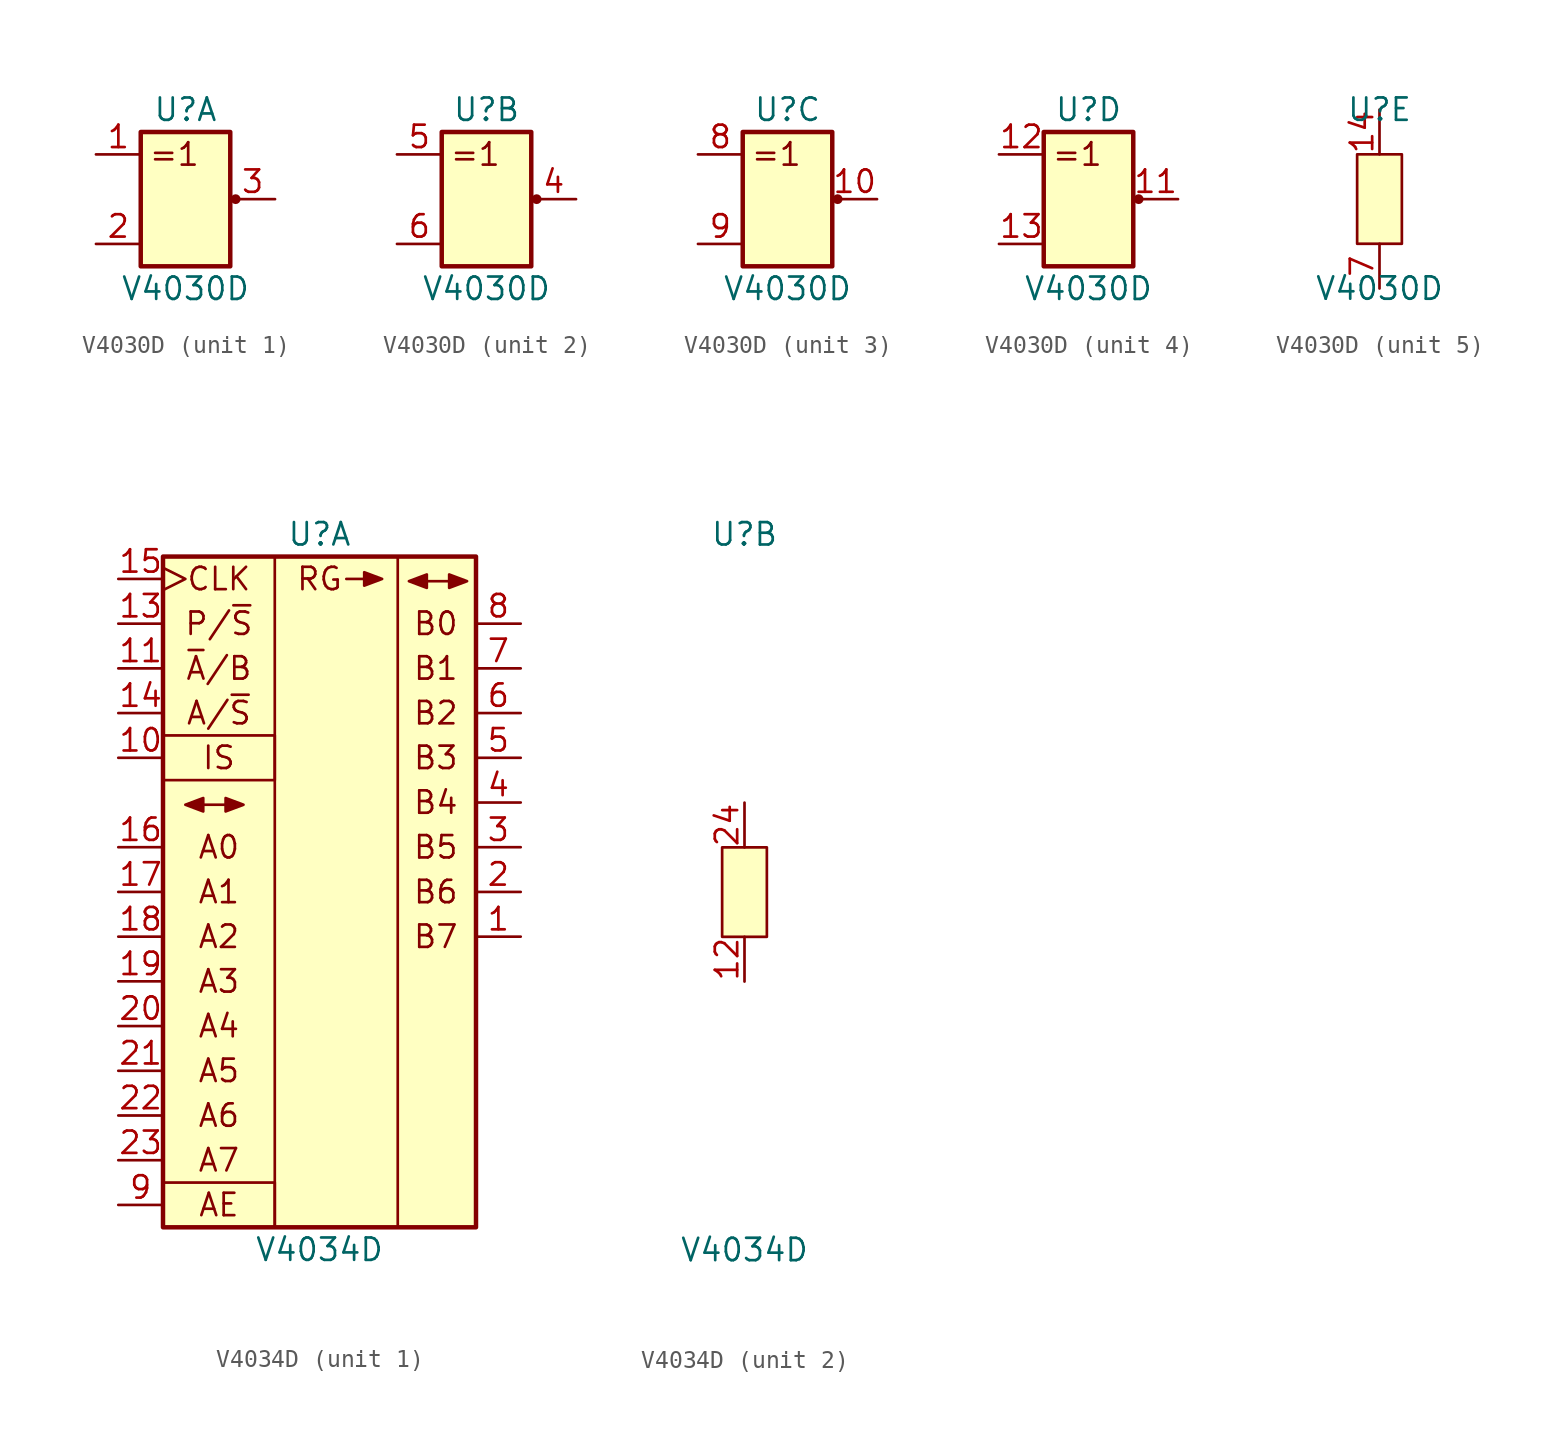
<source format=kicad_sym>
(kicad_symbol_lib
  (version 20211014)
  (generator kicad_symbol_editor)
  (symbol "V4030D"
    (pin_names
      (offset 1.016) hide)
    (property "Reference" "U"
      (at 0 5.08 0)
      (effects (font (size 1.27 1.27))))
    (property "Value" "V4030D"
      (at 0 -5.08 0)
      (effects (font (size 1.27 1.27))))
    (property "ki_locked" ""
      (at 0 0 0)
      (effects (font (size 1.27 1.27))))
    (symbol "V4030D_1_0"
      (pin output line (at 5.08 0 180) (length 2.54) (name "Y1" (effects (font (size 1.27 1.27)))) (number "3" (effects (font (size 1.27 1.27))))))
    (symbol "V4030D_1_1"
      (rectangle (start -2.54 3.81) (end 2.54 -3.81) (stroke (width 0.254) (type default) (color 0 0 0 0)) (fill (type background)))
      (circle (center 2.845 0) (radius 0.203) (stroke (width 0) (type default) (color 0 0 0 0)) (fill (type outline)))
      (text "=1" (at -0.635 2.54 0) (effects (font (size 1.27 1.27))))
      (pin input line (at -5.08 2.54 0) (length 2.54) (name "A1" (effects (font (size 1.27 1.27)))) (number "1" (effects (font (size 1.27 1.27)))))
      (pin input line (at -5.08 -2.54 0) (length 2.54) (name "B1" (effects (font (size 1.27 1.27)))) (number "2" (effects (font (size 1.27 1.27))))))
    (symbol "V4030D_2_0"
      (pin output line (at 5.08 0 180) (length 2.54) (name "Y2" (effects (font (size 1.27 1.27)))) (number "4" (effects (font (size 1.27 1.27)))))
      (pin input line (at -5.08 2.54 0) (length 2.54) (name "A2" (effects (font (size 1.27 1.27)))) (number "5" (effects (font (size 1.27 1.27)))))
      (pin input line (at -5.08 -2.54 0) (length 2.54) (name "B2" (effects (font (size 1.27 1.27)))) (number "6" (effects (font (size 1.27 1.27))))))
    (symbol "V4030D_2_1"
      (rectangle (start -2.54 3.81) (end 2.54 -3.81) (stroke (width 0.254) (type default) (color 0 0 0 0)) (fill (type background)))
      (circle (center 2.845 0) (radius 0.203) (stroke (width 0) (type default) (color 0 0 0 0)) (fill (type outline)))
      (text "=1" (at -0.635 2.54 0) (effects (font (size 1.27 1.27)))))
    (symbol "V4030D_3_0"
      (pin output line (at 5.08 0 180) (length 2.54) (name "Y3" (effects (font (size 1.27 1.27)))) (number "10" (effects (font (size 1.27 1.27))))))
    (symbol "V4030D_3_1"
      (rectangle (start -2.54 3.81) (end 2.54 -3.81) (stroke (width 0.254) (type default) (color 0 0 0 0)) (fill (type background)))
      (circle (center 2.845 0) (radius 0.203) (stroke (width 0) (type default) (color 0 0 0 0)) (fill (type outline)))
      (text "=1" (at -0.635 2.54 0) (effects (font (size 1.27 1.27))))
      (pin input line (at -5.08 2.54 0) (length 2.54) (name "A3" (effects (font (size 1.27 1.27)))) (number "8" (effects (font (size 1.27 1.27)))))
      (pin input line (at -5.08 -2.54 0) (length 2.54) (name "B3" (effects (font (size 1.27 1.27)))) (number "9" (effects (font (size 1.27 1.27))))))
    (symbol "V4030D_4_0"
      (pin output line (at 5.08 0 180) (length 2.54) (name "Y4" (effects (font (size 1.27 1.27)))) (number "11" (effects (font (size 1.27 1.27))))))
    (symbol "V4030D_4_1"
      (rectangle (start -2.54 3.81) (end 2.54 -3.81) (stroke (width 0.254) (type default) (color 0 0 0 0)) (fill (type background)))
      (circle (center 2.845 0) (radius 0.203) (stroke (width 0) (type default) (color 0 0 0 0)) (fill (type outline)))
      (text "=1" (at -0.635 2.54 0) (effects (font (size 1.27 1.27))))
      (pin input line (at -5.08 2.54 0) (length 2.54) (name "A4" (effects (font (size 1.27 1.27)))) (number "12" (effects (font (size 1.27 1.27)))))
      (pin input line (at -5.08 -2.54 0) (length 2.54) (name "B4" (effects (font (size 1.27 1.27)))) (number "13" (effects (font (size 1.27 1.27))))))
    (symbol "V4030D_5_1"
      (rectangle (start -1.27 2.54) (end 1.27 -2.54) (stroke (width 0) (type default) (color 0 0 0 0)) (fill (type background)))
      (pin power_in line (at 0 5.08 270) (length 2.54) (name "Vcc" (effects (font (size 1.27 1.27)))) (number "14" (effects (font (size 1.27 1.27)))))
      (pin power_in line (at 0 -5.08 90) (length 2.54) (name "GND" (effects (font (size 1.27 1.27)))) (number "7" (effects (font (size 1.27 1.27)))))))
  (symbol "V4034D"
    (pin_names
      (offset 1.016) hide)
    (property "Reference" "U"
      (at 0 20.32 0)
      (effects (font (size 1.27 1.27))))
    (property "Value" "V4034D"
      (at 0 -20.32 0)
      (effects (font (size 1.27 1.27))))
    (property "ki_locked" ""
      (at 0 0 0)
      (effects (font (size 1.27 1.27))))
    (symbol "V4034D_1_1"
      (rectangle (start -8.89 -16.51) (end -2.54 -19.05) (stroke (width 0) (type default) (color 0 0 0 0)) (fill (type none)))
      (rectangle (start -8.89 8.89) (end -2.54 6.35) (stroke (width 0) (type default) (color 0 0 0 0)) (fill (type none)))
      (rectangle (start -8.89 19.05) (end 8.89 -19.05) (stroke (width 0.254) (type default) (color 0 0 0 0)) (fill (type background)))
      (polyline (pts (xy -6.604 4.953) (xy -5.334 4.953)) (stroke (width 0) (type default) (color 0 0 0 0)) (fill (type none)))
      (polyline (pts (xy 1.524 17.78) (xy 2.54 17.78)) (stroke (width 0) (type default) (color 0 0 0 0)) (fill (type none)))
      (polyline (pts (xy 6.096 17.653) (xy 7.366 17.653)) (stroke (width 0) (type default) (color 0 0 0 0)) (fill (type none)))
      (polyline (pts (xy -6.604 5.334) (xy -7.62 4.953) (xy -6.604 4.572) (xy -6.604 5.334)) (stroke (width 0) (type default) (color 0 0 0 0)) (fill (type outline)))
      (polyline (pts (xy -5.334 5.334) (xy -4.318 4.953) (xy -5.334 4.572) (xy -5.334 5.334)) (stroke (width 0) (type default) (color 0 0 0 0)) (fill (type outline)))
      (polyline (pts (xy 2.54 17.399) (xy 3.556 17.78) (xy 2.54 18.161) (xy 2.54 17.399)) (stroke (width 0) (type default) (color 0 0 0 0)) (fill (type outline)))
      (polyline (pts (xy 6.096 18.034) (xy 5.08 17.653) (xy 6.096 17.272) (xy 6.096 18.034)) (stroke (width 0) (type default) (color 0 0 0 0)) (fill (type outline)))
      (polyline (pts (xy 7.366 18.034) (xy 8.382 17.653) (xy 7.366 17.272) (xy 7.366 18.034)) (stroke (width 0) (type default) (color 0 0 0 0)) (fill (type outline)))
      (rectangle (start 4.445 19.05) (end -2.54 -19.05) (stroke (width 0) (type default) (color 0 0 0 0)) (fill (type none)))
      (text "A/~{S}" (at -5.715 10.16 0) (effects (font (size 1.27 1.27))))
      (text "A0" (at -5.715 2.54 0) (effects (font (size 1.27 1.27))))
      (text "A1" (at -5.715 0 0) (effects (font (size 1.27 1.27))))
      (text "A2" (at -5.715 -2.54 0) (effects (font (size 1.27 1.27))))
      (text "A3" (at -5.715 -5.08 0) (effects (font (size 1.27 1.27))))
      (text "A4" (at -5.715 -7.62 0) (effects (font (size 1.27 1.27))))
      (text "A5" (at -5.715 -10.16 0) (effects (font (size 1.27 1.27))))
      (text "A6" (at -5.715 -12.7 0) (effects (font (size 1.27 1.27))))
      (text "A7" (at -5.715 -15.24 0) (effects (font (size 1.27 1.27))))
      (text "AE" (at -5.715 -17.78 0) (effects (font (size 1.27 1.27))))
      (text "B0" (at 6.604 15.24 0) (effects (font (size 1.27 1.27))))
      (text "B1" (at 6.604 12.7 0) (effects (font (size 1.27 1.27))))
      (text "B2" (at 6.604 10.16 0) (effects (font (size 1.27 1.27))))
      (text "B3" (at 6.604 7.62 0) (effects (font (size 1.27 1.27))))
      (text "B4" (at 6.604 5.08 0) (effects (font (size 1.27 1.27))))
      (text "B5" (at 6.604 2.54 0) (effects (font (size 1.27 1.27))))
      (text "B6" (at 6.604 0 0) (effects (font (size 1.27 1.27))))
      (text "B7" (at 6.604 -2.54 0) (effects (font (size 1.27 1.27))))
      (text "CLK" (at -5.715 17.78 0) (effects (font (size 1.27 1.27))))
      (text "IS" (at -5.715 7.62 0) (effects (font (size 1.27 1.27))))
      (text "P/~{S}" (at -5.715 15.24 0) (effects (font (size 1.27 1.27))))
      (text "RG" (at 0 17.78 0) (effects (font (size 1.27 1.27))))
      (text "~{A}/B" (at -5.715 12.7 0) (effects (font (size 1.27 1.27))))
      (pin bidirectional line (at 11.43 -2.54 180) (length 2.54) (name "B7" (effects (font (size 1.27 1.27)))) (number "1" (effects (font (size 1.27 1.27)))))
      (pin input line (at -11.43 7.62 0) (length 2.54) (name "IS" (effects (font (size 1.27 1.27)))) (number "10" (effects (font (size 1.27 1.27)))))
      (pin input line (at -11.43 12.7 0) (length 2.54) (name "~{A}/B" (effects (font (size 1.27 1.27)))) (number "11" (effects (font (size 1.27 1.27)))))
      (pin input line (at -11.43 15.24 0) (length 2.54) (name "P/~{S}" (effects (font (size 1.27 1.27)))) (number "13" (effects (font (size 1.27 1.27)))))
      (pin input line (at -11.43 10.16 0) (length 2.54) (name "A/~{S}" (effects (font (size 1.27 1.27)))) (number "14" (effects (font (size 1.27 1.27)))))
      (pin input clock (at -11.43 17.78 0) (length 2.54) (name "CLK" (effects (font (size 1.27 1.27)))) (number "15" (effects (font (size 1.27 1.27)))))
      (pin bidirectional line (at -11.43 2.54 0) (length 2.54) (name "A0" (effects (font (size 1.27 1.27)))) (number "16" (effects (font (size 1.27 1.27)))))
      (pin bidirectional line (at -11.43 0 0) (length 2.54) (name "A1" (effects (font (size 1.27 1.27)))) (number "17" (effects (font (size 1.27 1.27)))))
      (pin bidirectional line (at -11.43 -2.54 0) (length 2.54) (name "A2" (effects (font (size 1.27 1.27)))) (number "18" (effects (font (size 1.27 1.27)))))
      (pin bidirectional line (at -11.43 -5.08 0) (length 2.54) (name "A3" (effects (font (size 1.27 1.27)))) (number "19" (effects (font (size 1.27 1.27)))))
      (pin bidirectional line (at 11.43 0 180) (length 2.54) (name "B6" (effects (font (size 1.27 1.27)))) (number "2" (effects (font (size 1.27 1.27)))))
      (pin bidirectional line (at -11.43 -7.62 0) (length 2.54) (name "A4" (effects (font (size 1.27 1.27)))) (number "20" (effects (font (size 1.27 1.27)))))
      (pin bidirectional line (at -11.43 -10.16 0) (length 2.54) (name "A5" (effects (font (size 1.27 1.27)))) (number "21" (effects (font (size 1.27 1.27)))))
      (pin bidirectional line (at -11.43 -12.7 0) (length 2.54) (name "A6" (effects (font (size 1.27 1.27)))) (number "22" (effects (font (size 1.27 1.27)))))
      (pin bidirectional line (at -11.43 -15.24 0) (length 2.54) (name "A7" (effects (font (size 1.27 1.27)))) (number "23" (effects (font (size 1.27 1.27)))))
      (pin bidirectional line (at 11.43 2.54 180) (length 2.54) (name "B5" (effects (font (size 1.27 1.27)))) (number "3" (effects (font (size 1.27 1.27)))))
      (pin bidirectional line (at 11.43 5.08 180) (length 2.54) (name "B4" (effects (font (size 1.27 1.27)))) (number "4" (effects (font (size 1.27 1.27)))))
      (pin bidirectional line (at 11.43 7.62 180) (length 2.54) (name "B3" (effects (font (size 1.27 1.27)))) (number "5" (effects (font (size 1.27 1.27)))))
      (pin bidirectional line (at 11.43 10.16 180) (length 2.54) (name "B2" (effects (font (size 1.27 1.27)))) (number "6" (effects (font (size 1.27 1.27)))))
      (pin bidirectional line (at 11.43 12.7 180) (length 2.54) (name "B1" (effects (font (size 1.27 1.27)))) (number "7" (effects (font (size 1.27 1.27)))))
      (pin bidirectional line (at 11.43 15.24 180) (length 2.54) (name "B0" (effects (font (size 1.27 1.27)))) (number "8" (effects (font (size 1.27 1.27)))))
      (pin input line (at -11.43 -17.78 0) (length 2.54) (name "AE" (effects (font (size 1.27 1.27)))) (number "9" (effects (font (size 1.27 1.27))))))
    (symbol "V4034D_2_1"
      (rectangle (start -1.27 2.54) (end 1.27 -2.54) (stroke (width 0) (type default) (color 0 0 0 0)) (fill (type background)))
      (pin power_in line (at 0 -5.08 90) (length 2.54) (name "GND" (effects (font (size 1.27 1.27)))) (number "12" (effects (font (size 1.27 1.27)))))
      (pin power_in line (at 0 5.08 270) (length 2.54) (name "Vcc" (effects (font (size 1.27 1.27)))) (number "24" (effects (font (size 1.27 1.27))))))))
</source>
